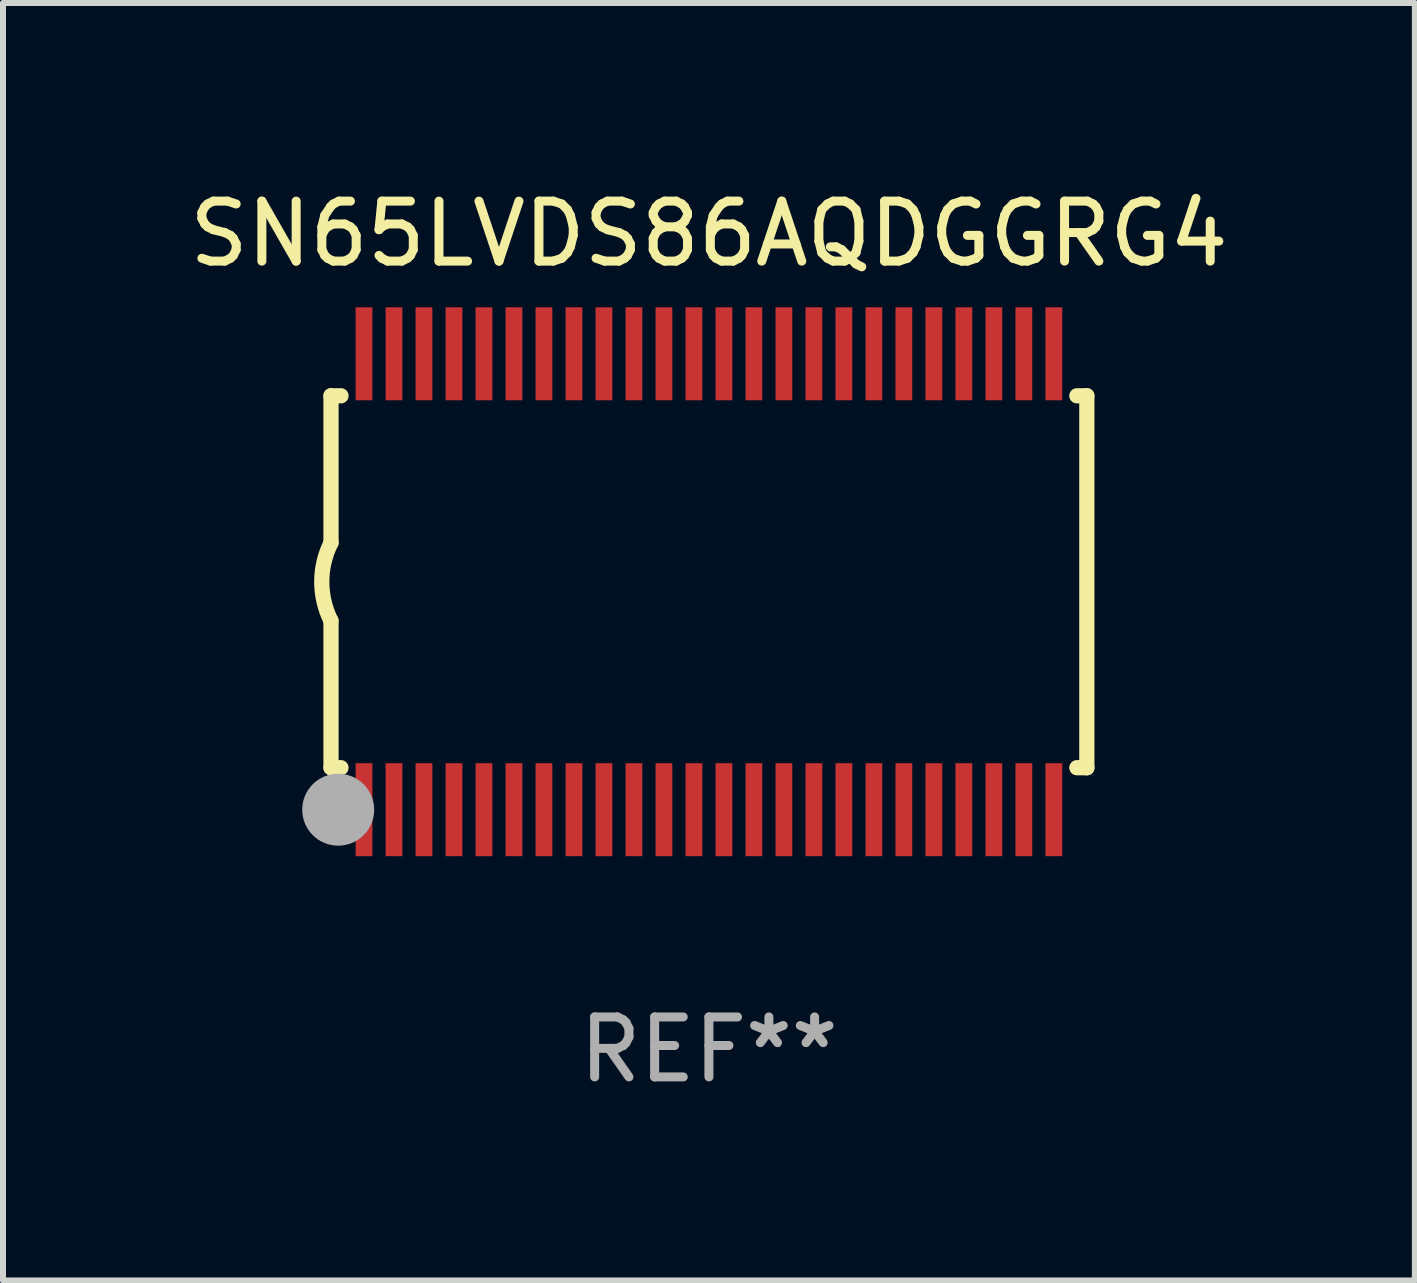
<source format=kicad_pcb>
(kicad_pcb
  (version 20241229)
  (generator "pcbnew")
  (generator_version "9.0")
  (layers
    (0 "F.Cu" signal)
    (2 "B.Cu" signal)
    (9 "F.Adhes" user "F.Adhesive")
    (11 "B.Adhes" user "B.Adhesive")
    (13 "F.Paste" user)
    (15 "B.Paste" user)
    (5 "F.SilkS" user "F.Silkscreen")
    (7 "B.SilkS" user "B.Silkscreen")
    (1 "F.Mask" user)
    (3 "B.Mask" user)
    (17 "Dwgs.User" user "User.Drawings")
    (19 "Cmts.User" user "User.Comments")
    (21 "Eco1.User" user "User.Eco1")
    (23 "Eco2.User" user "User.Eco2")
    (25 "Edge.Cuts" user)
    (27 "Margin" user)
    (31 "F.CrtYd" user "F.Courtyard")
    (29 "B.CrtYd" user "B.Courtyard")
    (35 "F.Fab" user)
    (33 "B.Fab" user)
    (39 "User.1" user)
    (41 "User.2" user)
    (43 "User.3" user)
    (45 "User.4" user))
  (footprint "SN65LVDS86AQDGGRG4"
    (layer "F.Cu")
    (at 8.768 6.648)
    (property "Reference" "SN65LVDS86AQDGGRG4" (at 0 -5.8 0) (layer "F.SilkS") (effects (font (size 1 1) (thickness 0.15))))
    (attr through_hole)
    (fp_line (start -6.3 -3.1) (end -6.3 -0.65) (stroke (width 0.254) (type solid)) (layer "F.SilkS"))
    (fp_line (start -6.3 -3.1) (end -6.134 -3.1) (stroke (width 0.254) (type solid)) (layer "F.SilkS"))
    (fp_line (start -6.3 3.1) (end -6.3 0.65) (stroke (width 0.254) (type solid)) (layer "F.SilkS"))
    (fp_line (start -6.3 3.1) (end -6.134 3.1) (stroke (width 0.254) (type solid)) (layer "F.SilkS"))
    (fp_line (start 6.134 -3.1) (end 6.3 -3.1) (stroke (width 0.254) (type solid)) (layer "F.SilkS"))
    (fp_line (start 6.134 3.1) (end 6.3 3.1) (stroke (width 0.254) (type solid)) (layer "F.SilkS"))
    (fp_line (start 6.3 -3.1) (end 6.3 3.1) (stroke (width 0.254) (type solid)) (layer "F.SilkS"))
    (fp_arc (start -6.301016 0.650114) (mid -6.45413 -0.000082) (end -6.3 -0.650038) (stroke (width 0.254001) (type solid)) (layer "F.SilkS"))
    (fp_circle (center -6.35 3.81) (end -6.223 3.81) (stroke (width 0.254) (type solid)) (fill no) (layer "F.SilkS"))
    (fp_circle (center -6.25 4.05) (end -6.22 4.05) (stroke (width 0.06) (type solid)) (fill no) (layer "F.SilkS"))
    (fp_circle (center -6.18 3.8) (end -5.88 3.8) (stroke (width 0.6) (type solid)) (fill no) (layer "F.Fab"))
    (fp_text user "REF**" (at 0 7.8 0) (layer "F.Fab") (effects (font (size 1 1) (thickness 0.15))))
    (pad "1" smd rect (at -5.75 3.8) (size 0.28 1.55) (layers "F.Cu" "F.Mask" "F.Paste"))
    (pad "2" smd rect (at -5.25 3.8) (size 0.28 1.55) (layers "F.Cu" "F.Mask" "F.Paste"))
    (pad "3" smd rect (at -4.75 3.8) (size 0.28 1.55) (layers "F.Cu" "F.Mask" "F.Paste"))
    (pad "4" smd rect (at -4.25 3.8) (size 0.28 1.55) (layers "F.Cu" "F.Mask" "F.Paste"))
    (pad "5" smd rect (at -3.75 3.8) (size 0.28 1.55) (layers "F.Cu" "F.Mask" "F.Paste"))
    (pad "6" smd rect (at -3.25 3.8) (size 0.28 1.55) (layers "F.Cu" "F.Mask" "F.Paste"))
    (pad "7" smd rect (at -2.75 3.8) (size 0.28 1.55) (layers "F.Cu" "F.Mask" "F.Paste"))
    (pad "8" smd rect (at -2.25 3.8) (size 0.28 1.55) (layers "F.Cu" "F.Mask" "F.Paste"))
    (pad "9" smd rect (at -1.75 3.8) (size 0.28 1.55) (layers "F.Cu" "F.Mask" "F.Paste"))
    (pad "10" smd rect (at -1.25 3.8) (size 0.28 1.55) (layers "F.Cu" "F.Mask" "F.Paste"))
    (pad "11" smd rect (at -0.75 3.8) (size 0.28 1.55) (layers "F.Cu" "F.Mask" "F.Paste"))
    (pad "12" smd rect (at -0.25 3.8) (size 0.28 1.55) (layers "F.Cu" "F.Mask" "F.Paste"))
    (pad "13" smd rect (at 0.25 3.8) (size 0.28 1.55) (layers "F.Cu" "F.Mask" "F.Paste"))
    (pad "14" smd rect (at 0.75 3.8) (size 0.28 1.55) (layers "F.Cu" "F.Mask" "F.Paste"))
    (pad "15" smd rect (at 1.25 3.8) (size 0.28 1.55) (layers "F.Cu" "F.Mask" "F.Paste"))
    (pad "16" smd rect (at 1.75 3.8) (size 0.28 1.55) (layers "F.Cu" "F.Mask" "F.Paste"))
    (pad "17" smd rect (at 2.25 3.8) (size 0.28 1.55) (layers "F.Cu" "F.Mask" "F.Paste"))
    (pad "18" smd rect (at 2.75 3.8) (size 0.28 1.55) (layers "F.Cu" "F.Mask" "F.Paste"))
    (pad "19" smd rect (at 3.25 3.8) (size 0.28 1.55) (layers "F.Cu" "F.Mask" "F.Paste"))
    (pad "20" smd rect (at 3.75 3.8) (size 0.28 1.55) (layers "F.Cu" "F.Mask" "F.Paste"))
    (pad "21" smd rect (at 4.25 3.8) (size 0.28 1.55) (layers "F.Cu" "F.Mask" "F.Paste"))
    (pad "22" smd rect (at 4.75 3.8) (size 0.28 1.55) (layers "F.Cu" "F.Mask" "F.Paste"))
    (pad "23" smd rect (at 5.25 3.8) (size 0.28 1.55) (layers "F.Cu" "F.Mask" "F.Paste"))
    (pad "24" smd rect (at 5.75 3.8) (size 0.28 1.55) (layers "F.Cu" "F.Mask" "F.Paste"))
    (pad "25" smd rect (at 5.75 -3.8) (size 0.28 1.55) (layers "F.Cu" "F.Mask" "F.Paste"))
    (pad "26" smd rect (at 5.25 -3.8) (size 0.28 1.55) (layers "F.Cu" "F.Mask" "F.Paste"))
    (pad "27" smd rect (at 4.75 -3.8) (size 0.28 1.55) (layers "F.Cu" "F.Mask" "F.Paste"))
    (pad "28" smd rect (at 4.25 -3.8) (size 0.28 1.55) (layers "F.Cu" "F.Mask" "F.Paste"))
    (pad "29" smd rect (at 3.75 -3.8) (size 0.28 1.55) (layers "F.Cu" "F.Mask" "F.Paste"))
    (pad "30" smd rect (at 3.25 -3.8) (size 0.28 1.55) (layers "F.Cu" "F.Mask" "F.Paste"))
    (pad "31" smd rect (at 2.75 -3.8) (size 0.28 1.55) (layers "F.Cu" "F.Mask" "F.Paste"))
    (pad "32" smd rect (at 2.25 -3.8) (size 0.28 1.55) (layers "F.Cu" "F.Mask" "F.Paste"))
    (pad "33" smd rect (at 1.75 -3.8) (size 0.28 1.55) (layers "F.Cu" "F.Mask" "F.Paste"))
    (pad "34" smd rect (at 1.25 -3.8) (size 0.28 1.55) (layers "F.Cu" "F.Mask" "F.Paste"))
    (pad "35" smd rect (at 0.75 -3.8) (size 0.28 1.55) (layers "F.Cu" "F.Mask" "F.Paste"))
    (pad "36" smd rect (at 0.25 -3.8) (size 0.28 1.55) (layers "F.Cu" "F.Mask" "F.Paste"))
    (pad "37" smd rect (at -0.25 -3.8) (size 0.28 1.55) (layers "F.Cu" "F.Mask" "F.Paste"))
    (pad "38" smd rect (at -0.75 -3.8) (size 0.28 1.55) (layers "F.Cu" "F.Mask" "F.Paste"))
    (pad "39" smd rect (at -1.25 -3.8) (size 0.28 1.55) (layers "F.Cu" "F.Mask" "F.Paste"))
    (pad "40" smd rect (at -1.75 -3.8) (size 0.28 1.55) (layers "F.Cu" "F.Mask" "F.Paste"))
    (pad "41" smd rect (at -2.25 -3.8) (size 0.28 1.55) (layers "F.Cu" "F.Mask" "F.Paste"))
    (pad "42" smd rect (at -2.75 -3.8) (size 0.28 1.55) (layers "F.Cu" "F.Mask" "F.Paste"))
    (pad "43" smd rect (at -3.25 -3.8) (size 0.28 1.55) (layers "F.Cu" "F.Mask" "F.Paste"))
    (pad "44" smd rect (at -3.75 -3.8) (size 0.28 1.55) (layers "F.Cu" "F.Mask" "F.Paste"))
    (pad "45" smd rect (at -4.25 -3.8) (size 0.28 1.55) (layers "F.Cu" "F.Mask" "F.Paste"))
    (pad "46" smd rect (at -4.75 -3.8) (size 0.28 1.55) (layers "F.Cu" "F.Mask" "F.Paste"))
    (pad "47" smd rect (at -5.25 -3.8) (size 0.28 1.55) (layers "F.Cu" "F.Mask" "F.Paste"))
    (pad "48" smd rect (at -5.75 -3.8) (size 0.28 1.55) (layers "F.Cu" "F.Mask" "F.Paste")))
  (gr_rect
    (start -3 -3)
    (end 20.536 18.296)
    (stroke (width 0.1) (type default))
    (fill no)
    (layer "Edge.Cuts")))
</source>
